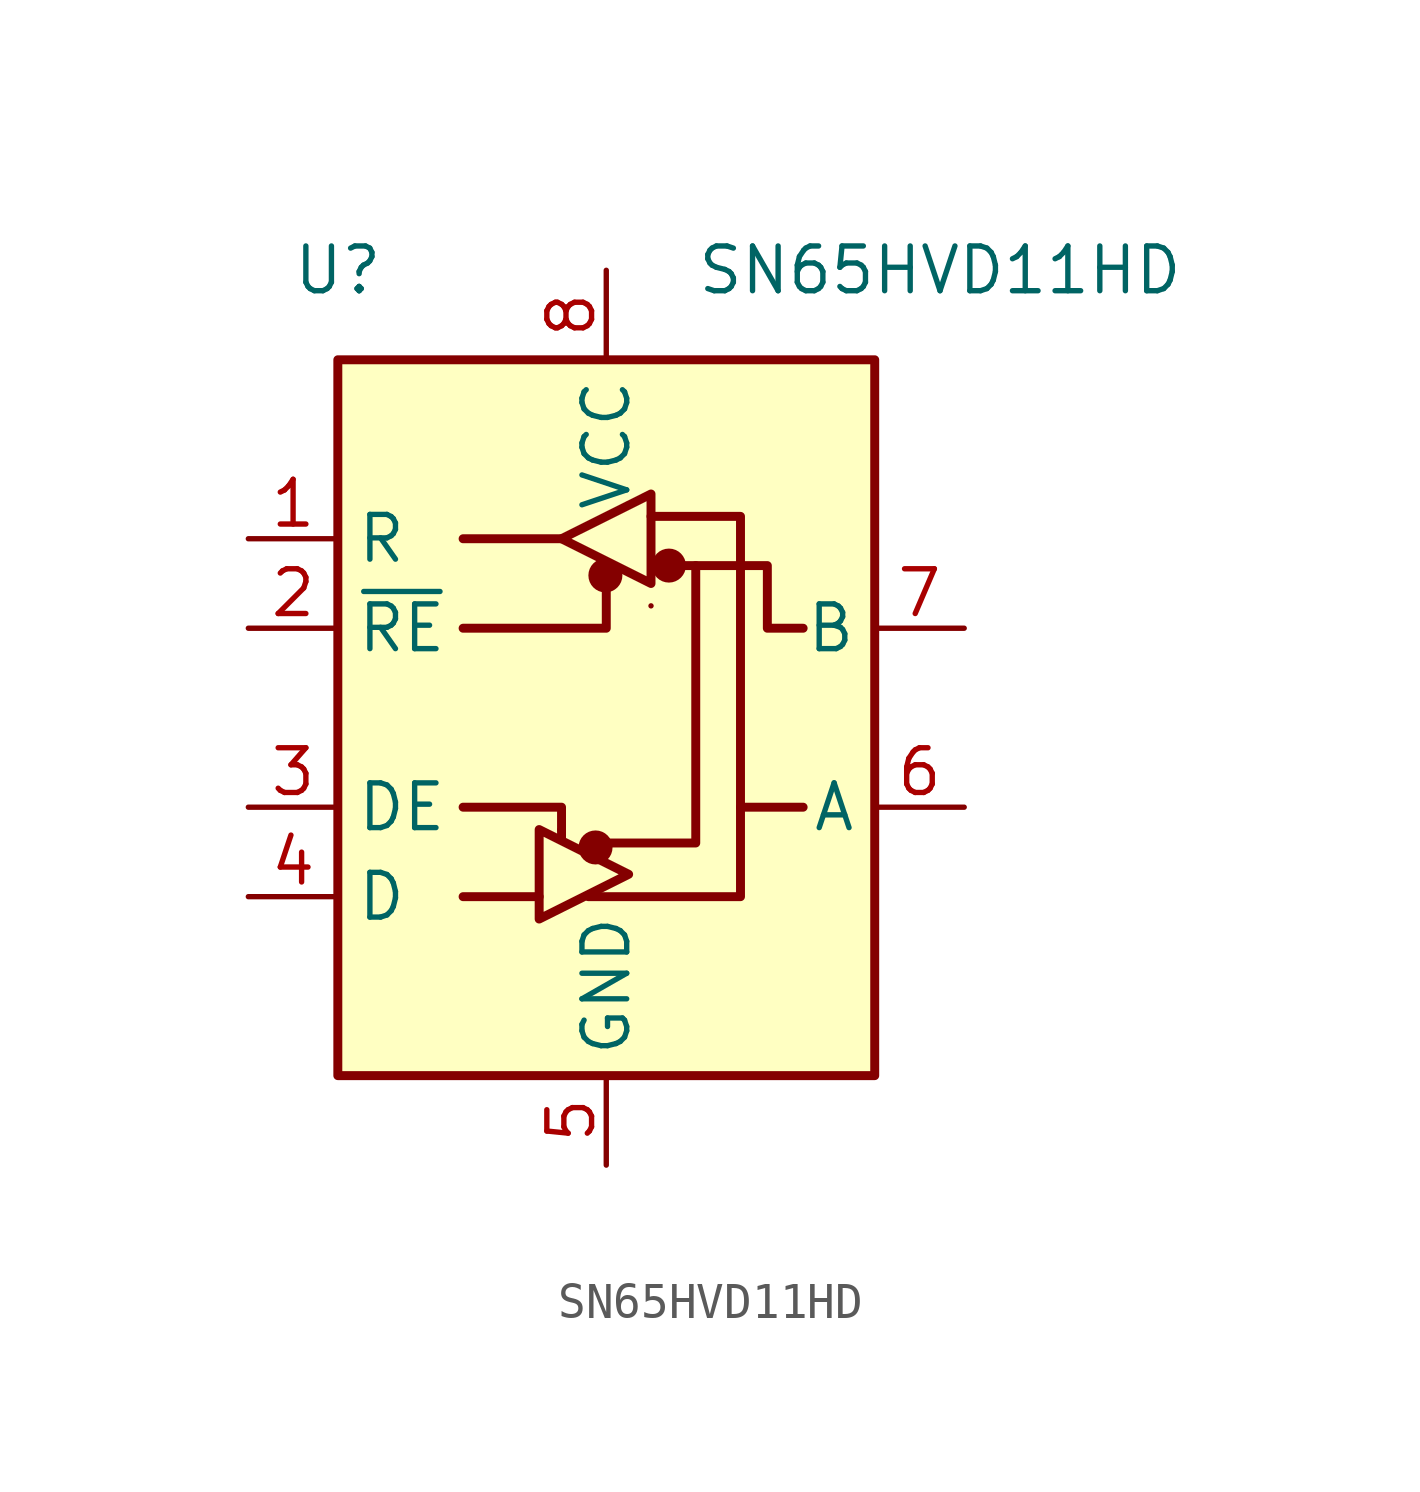
<source format=kicad_sym>
(kicad_symbol_lib
  (version 20211014)
  (generator kicad_symbol_editor)
  (symbol "SN65HVD11HD"
    (property "Reference" "U"
      (at -7.62 12.7 0)
      (effects (font (size 1.27 1.27))))
    (property "Value" "SN65HVD11HD"
      (at 2.54 12.7 0)
      (effects (font (size 1.27 1.27)) (justify left)))
    (symbol "SN65HVD11HD_0_1"
      (rectangle (start -7.62 10.16) (end 7.62 -10.16) (stroke (width 0.254) (type default) (color 0 0 0 0)) (fill (type background)))
      (circle (center -0.305 -3.683) (radius 0.356) (stroke (width 0.254) (type default) (color 0 0 0 0)) (fill (type outline)))
      (circle (center -0.025 4.039) (radius 0.356) (stroke (width 0.254) (type default) (color 0 0 0 0)) (fill (type outline)))
      (polyline (pts (xy -4.064 -5.08) (xy -1.905 -5.08)) (stroke (width 0.254) (type default) (color 0 0 0 0)) (fill (type none)))
      (polyline (pts (xy -4.064 5.08) (xy -1.27 5.08)) (stroke (width 0.254) (type default) (color 0 0 0 0)) (fill (type none)))
      (polyline (pts (xy -1.27 -3.2) (xy -1.27 -3.454)) (stroke (width 0.254) (type default) (color 0 0 0 0)) (fill (type none)))
      (polyline (pts (xy -4.064 -2.54) (xy -1.27 -2.54) (xy -1.27 -3.175)) (stroke (width 0.254) (type default) (color 0 0 0 0)) (fill (type none)))
      (polyline (pts (xy 0 3.81) (xy 0 2.54) (xy -4.064 2.54)) (stroke (width 0.254) (type default) (color 0 0 0 0)) (fill (type none)))
      (polyline (pts (xy 1.27 5.715) (xy 3.81 5.715) (xy 3.81 -2.54)) (stroke (width 0.254) (type default) (color 0 0 0 0)) (fill (type none)))
      (polyline (pts (xy 2.54 4.318) (xy 2.54 -3.556) (xy -0.254 -3.556)) (stroke (width 0.254) (type default) (color 0 0 0 0)) (fill (type none)))
      (polyline (pts (xy -1.905 -3.175) (xy -1.905 -5.715) (xy 0.635 -4.445) (xy -1.905 -3.175)) (stroke (width 0.254) (type default) (color 0 0 0 0)) (fill (type none)))
      (polyline (pts (xy -1.27 5.08) (xy 1.27 6.35) (xy 1.27 3.81) (xy -1.27 5.08)) (stroke (width 0.254) (type default) (color 0 0 0 0)) (fill (type none)))
      (polyline (pts (xy -0.508 -5.08) (xy 3.81 -5.08) (xy 3.81 -2.54) (xy 5.588 -2.54)) (stroke (width 0.254) (type default) (color 0 0 0 0)) (fill (type none)))
      (polyline (pts (xy 2.032 4.318) (xy 4.572 4.318) (xy 4.572 2.54) (xy 5.588 2.54)) (stroke (width 0.254) (type default) (color 0 0 0 0)) (fill (type none)))
      (rectangle (start 1.27 3.175) (end 1.27 3.175) (stroke (width 0) (type default) (color 0 0 0 0)) (fill (type none)))
      (circle (center 1.778 4.318) (radius 0.356) (stroke (width 0.254) (type default) (color 0 0 0 0)) (fill (type outline))))
    (symbol "SN65HVD11HD_1_1"
      (pin output line (at -10.16 5.08 0) (length 2.54) (name "R" (effects (font (size 1.27 1.27)))) (number "1" (effects (font (size 1.27 1.27)))))
      (pin input line (at -10.16 2.54 0) (length 2.54) (name "~{RE}" (effects (font (size 1.27 1.27)))) (number "2" (effects (font (size 1.27 1.27)))))
      (pin input line (at -10.16 -2.54 0) (length 2.54) (name "DE" (effects (font (size 1.27 1.27)))) (number "3" (effects (font (size 1.27 1.27)))))
      (pin input line (at -10.16 -5.08 0) (length 2.54) (name "D" (effects (font (size 1.27 1.27)))) (number "4" (effects (font (size 1.27 1.27)))))
      (pin power_in line (at 0 -12.7 90) (length 2.54) (name "GND" (effects (font (size 1.27 1.27)))) (number "5" (effects (font (size 1.27 1.27)))))
      (pin bidirectional line (at 10.16 -2.54 180) (length 2.54) (name "A" (effects (font (size 1.27 1.27)))) (number "6" (effects (font (size 1.27 1.27)))))
      (pin bidirectional line (at 10.16 2.54 180) (length 2.54) (name "B" (effects (font (size 1.27 1.27)))) (number "7" (effects (font (size 1.27 1.27)))))
      (pin power_in line (at 0 12.7 270) (length 2.54) (name "VCC" (effects (font (size 1.27 1.27)))) (number "8" (effects (font (size 1.27 1.27))))))))
</source>
